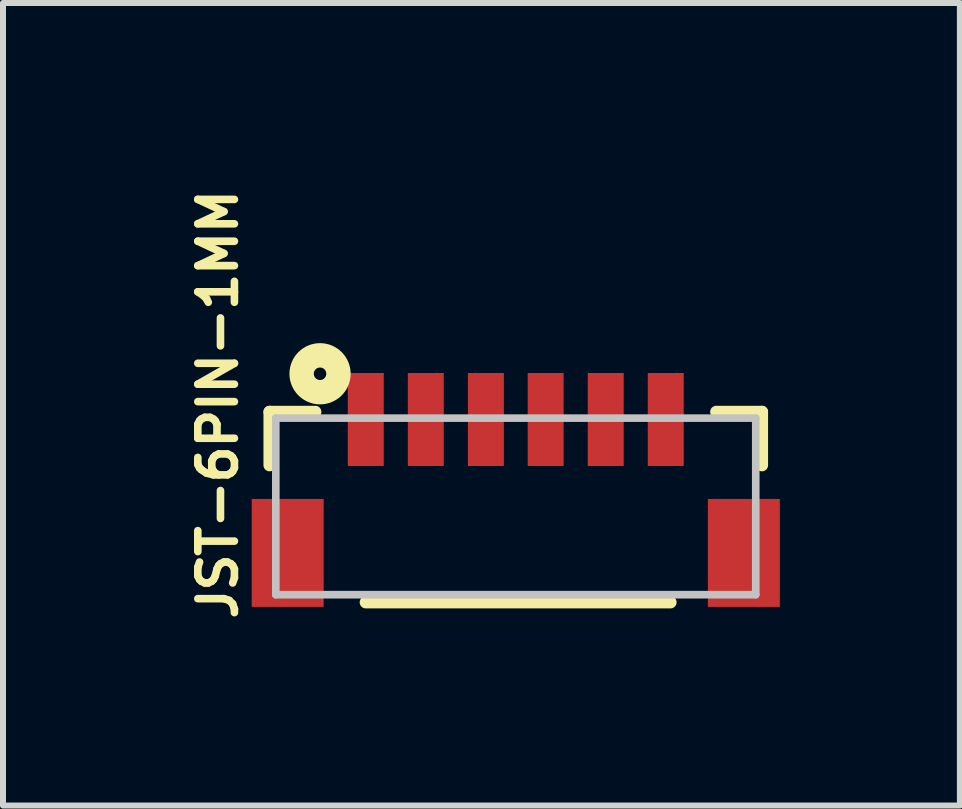
<source format=kicad_pcb>
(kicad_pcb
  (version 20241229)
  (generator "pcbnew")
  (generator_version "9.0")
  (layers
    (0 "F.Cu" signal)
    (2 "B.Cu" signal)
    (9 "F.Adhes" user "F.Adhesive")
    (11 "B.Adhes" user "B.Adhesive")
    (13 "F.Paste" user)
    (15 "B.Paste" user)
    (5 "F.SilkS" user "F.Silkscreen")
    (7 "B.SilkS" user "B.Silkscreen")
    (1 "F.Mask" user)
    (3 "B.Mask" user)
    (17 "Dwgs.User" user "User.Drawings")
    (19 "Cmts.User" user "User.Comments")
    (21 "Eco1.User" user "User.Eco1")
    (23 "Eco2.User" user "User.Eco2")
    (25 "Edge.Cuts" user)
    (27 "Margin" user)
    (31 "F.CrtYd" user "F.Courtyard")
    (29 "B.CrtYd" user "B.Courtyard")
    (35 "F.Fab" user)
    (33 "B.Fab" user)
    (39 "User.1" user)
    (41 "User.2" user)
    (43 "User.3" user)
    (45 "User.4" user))
  (footprint "JST-6PIN-1MM"
    (layer "F.Cu")
    (at 5.543 5.387)
    (property "Reference" "JST-6PIN-1MM" (at -4.963 -1.702 90) (layer "F.SilkS") (effects (font (size 0.61 0.61) (thickness 0.127))))
    (attr smd)
    (fp_line (start -4.102 -1.575) (end -4.102 -0.686) (stroke (width 0.203) (type solid)) (layer "F.SilkS"))
    (fp_line (start -3.34 -1.575) (end -4.102 -1.575) (stroke (width 0.203) (type solid)) (layer "F.SilkS"))
    (fp_line (start -2.499 1.598) (end 2.578 1.598) (stroke (width 0.203) (type solid)) (layer "F.SilkS"))
    (fp_line (start 3.34 -1.575) (end 4.102 -1.575) (stroke (width 0.203) (type solid)) (layer "F.SilkS"))
    (fp_line (start 4.102 -1.575) (end 4.102 -0.686) (stroke (width 0.203) (type solid)) (layer "F.SilkS"))
    (fp_circle (center -3.261 -2.21) (end -3.261 -2.314) (stroke (width 0.406) (type solid)) (fill no) (layer "F.SilkS"))
    (fp_line (start -3.998 -1.471) (end -3.998 1.471) (stroke (width 0.127) (type solid)) (layer "Dwgs.User"))
    (fp_line (start -3.998 1.471) (end 3.998 1.471) (stroke (width 0.127) (type solid)) (layer "Dwgs.User"))
    (fp_line (start 3.998 -1.471) (end -3.998 -1.471) (stroke (width 0.127) (type solid)) (layer "Dwgs.User"))
    (fp_line (start 3.998 1.471) (end 3.998 -1.471) (stroke (width 0.127) (type solid)) (layer "Dwgs.User"))
    (pad "1" smd rect (at -2.499 -1.448) (size 0.599 1.549) (layers "F.Cu" "F.Mask" "F.Paste"))
    (pad "2" smd rect (at -1.499 -1.448) (size 0.599 1.549) (layers "F.Cu" "F.Mask" "F.Paste"))
    (pad "3" smd rect (at -0.498 -1.448) (size 0.599 1.549) (layers "F.Cu" "F.Mask" "F.Paste"))
    (pad "4" smd rect (at 0.498 -1.448) (size 0.599 1.549) (layers "F.Cu" "F.Mask" "F.Paste"))
    (pad "5" smd rect (at 1.499 -1.448) (size 0.599 1.549) (layers "F.Cu" "F.Mask" "F.Paste"))
    (pad "6" smd rect (at 2.499 -1.448) (size 0.599 1.549) (layers "F.Cu" "F.Mask" "F.Paste"))
    (pad "P$1" smd rect (at -3.8 0.775) (size 1.199 1.798) (layers "F.Cu" "F.Mask" "F.Paste"))
    (pad "P$2" smd rect (at 3.8 0.775) (size 1.199 1.798) (layers "F.Cu" "F.Mask" "F.Paste")))
  (gr_rect
    (start -3 -3)
    (end 12.942 10.371)
    (stroke (width 0.1) (type default))
    (fill no)
    (layer "Edge.Cuts")))
</source>
